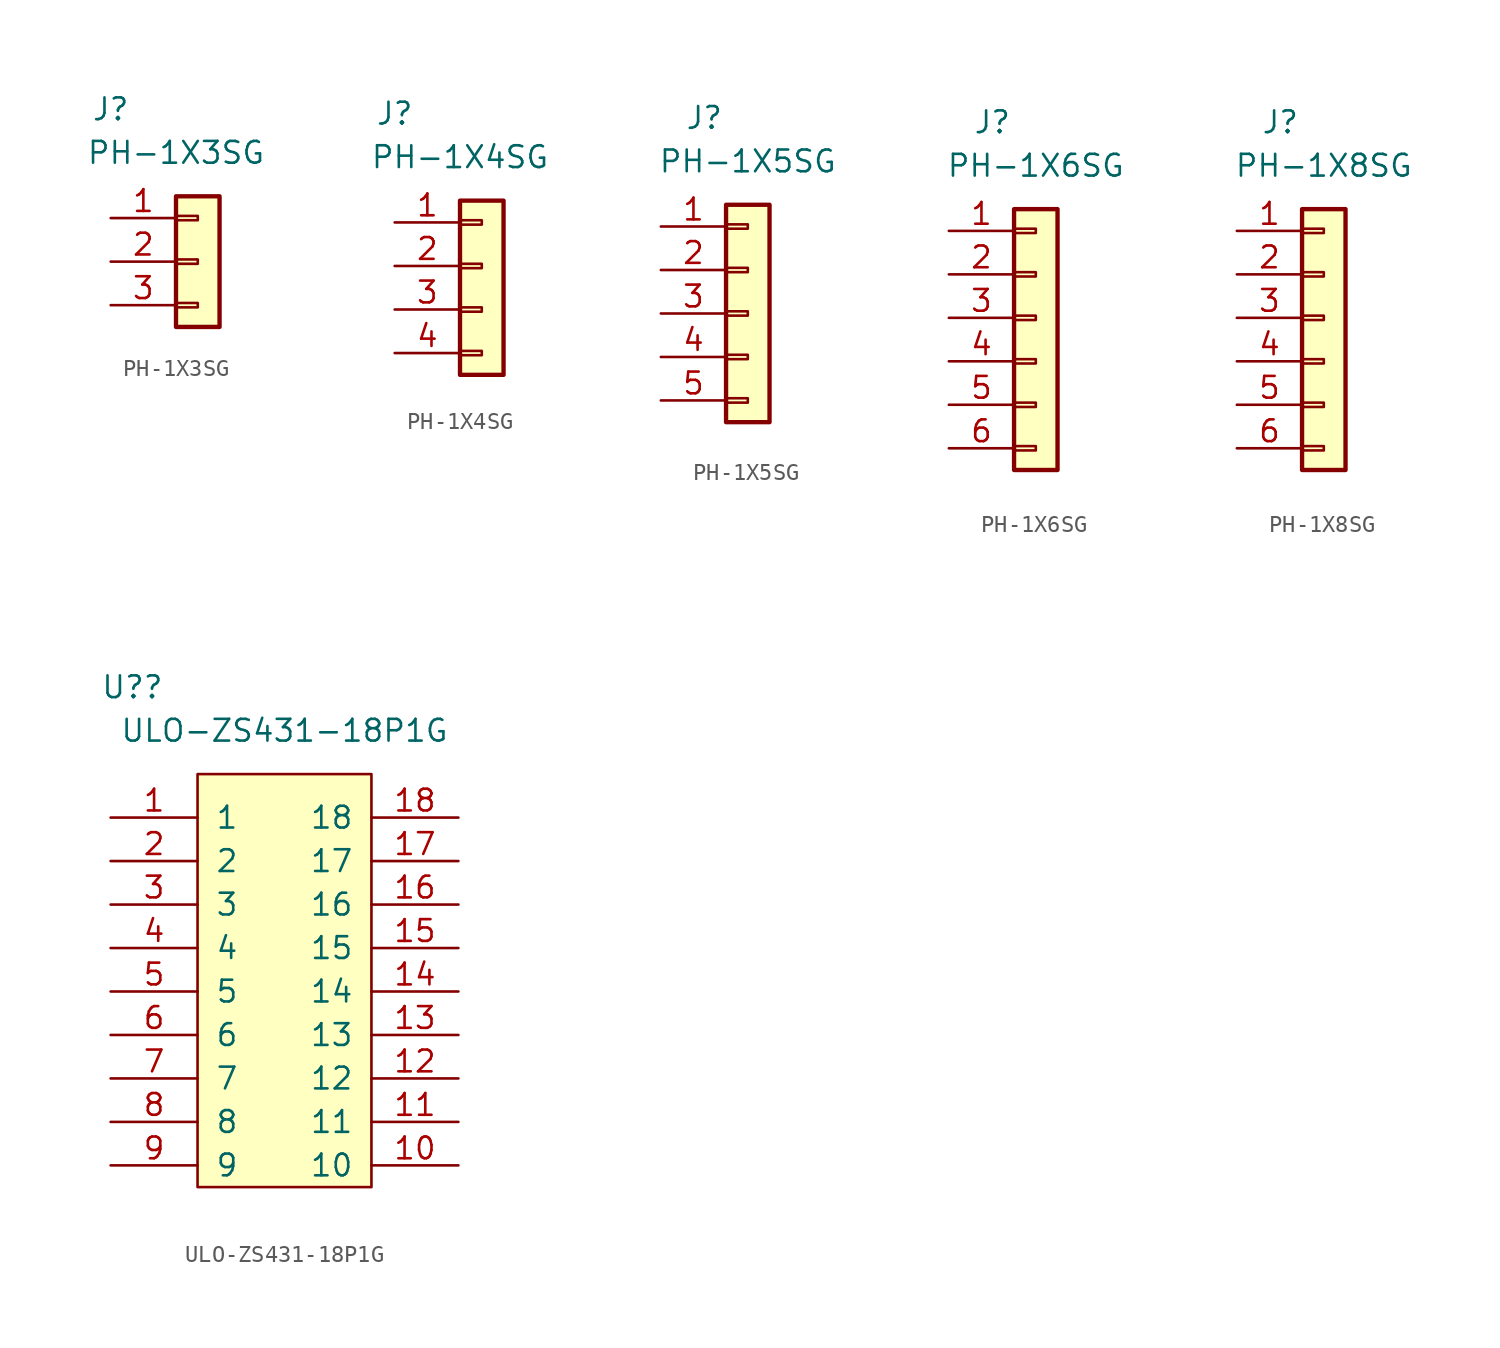
<source format=kicad_sym>
(kicad_symbol_lib
  (version 20211014)
  (generator kicad_symbol_editor)
  (symbol "PH-1X3SG"
    (pin_names
      (offset 1.016))
    (property "Reference" "J"
      (at -5.08 8.89 0)
      (effects (font (size 1.27 1.27))))
    (property "Value" "PH-1X3SG"
      (at -1.27 6.35 0)
      (effects (font (size 1.27 1.27))))
    (symbol "PH-1X3SG_1_1"
      (rectangle (start -1.27 -2.413) (end 0 -2.667) (stroke (width 0.152) (type default) (color 0 0 0 0)) (fill (type none)))
      (rectangle (start -1.27 0.127) (end 0 -0.127) (stroke (width 0.152) (type default) (color 0 0 0 0)) (fill (type none)))
      (rectangle (start -1.27 2.667) (end 0 2.413) (stroke (width 0.152) (type default) (color 0 0 0 0)) (fill (type none)))
      (rectangle (start -1.27 3.81) (end 1.27 -3.81) (stroke (width 0.254) (type default) (color 0 0 0 0)) (fill (type background)))
      (pin passive line (at -5.08 2.54 0) (length 3.81) (name "~" (effects (font (size 1.27 1.27)))) (number "1" (effects (font (size 1.27 1.27)))))
      (pin passive line (at -5.08 0 0) (length 3.81) (name "~" (effects (font (size 1.27 1.27)))) (number "2" (effects (font (size 1.27 1.27)))))
      (pin passive line (at -5.08 -2.54 0) (length 3.81) (name "~" (effects (font (size 1.27 1.27)))) (number "3" (effects (font (size 1.27 1.27)))))))
  (symbol "PH-1X4SG"
    (pin_names
      (offset 1.016))
    (property "Reference" "J"
      (at -5.08 10.16 0)
      (effects (font (size 1.27 1.27))))
    (property "Value" "PH-1X4SG"
      (at -1.27 7.62 0)
      (effects (font (size 1.27 1.27))))
    (symbol "PH-1X4SG_1_1"
      (rectangle (start -1.27 -3.683) (end 0 -3.937) (stroke (width 0.152) (type default) (color 0 0 0 0)) (fill (type none)))
      (rectangle (start -1.27 -1.143) (end 0 -1.397) (stroke (width 0.152) (type default) (color 0 0 0 0)) (fill (type none)))
      (rectangle (start -1.27 1.397) (end 0 1.143) (stroke (width 0.152) (type default) (color 0 0 0 0)) (fill (type none)))
      (rectangle (start -1.27 3.937) (end 0 3.683) (stroke (width 0.152) (type default) (color 0 0 0 0)) (fill (type none)))
      (rectangle (start -1.27 5.08) (end 1.27 -5.08) (stroke (width 0.254) (type default) (color 0 0 0 0)) (fill (type background)))
      (pin passive line (at -5.08 3.81 0) (length 3.81) (name "~" (effects (font (size 1.27 1.27)))) (number "1" (effects (font (size 1.27 1.27)))))
      (pin passive line (at -5.08 1.27 0) (length 3.81) (name "~" (effects (font (size 1.27 1.27)))) (number "2" (effects (font (size 1.27 1.27)))))
      (pin passive line (at -5.08 -1.27 0) (length 3.81) (name "~" (effects (font (size 1.27 1.27)))) (number "3" (effects (font (size 1.27 1.27)))))
      (pin passive line (at -5.08 -3.81 0) (length 3.81) (name "~" (effects (font (size 1.27 1.27)))) (number "4" (effects (font (size 1.27 1.27)))))))
  (symbol "PH-1X5SG"
    (pin_names
      (offset 1.016))
    (property "Reference" "J"
      (at -2.54 11.43 0)
      (effects (font (size 1.27 1.27))))
    (property "Value" "PH-1X5SG"
      (at 0 8.89 0)
      (effects (font (size 1.27 1.27))))
    (symbol "PH-1X5SG_1_1"
      (rectangle (start -1.27 -4.953) (end 0 -5.207) (stroke (width 0.152) (type default) (color 0 0 0 0)) (fill (type none)))
      (rectangle (start -1.27 -2.413) (end 0 -2.667) (stroke (width 0.152) (type default) (color 0 0 0 0)) (fill (type none)))
      (rectangle (start -1.27 0.127) (end 0 -0.127) (stroke (width 0.152) (type default) (color 0 0 0 0)) (fill (type none)))
      (rectangle (start -1.27 2.667) (end 0 2.413) (stroke (width 0.152) (type default) (color 0 0 0 0)) (fill (type none)))
      (rectangle (start -1.27 5.207) (end 0 4.953) (stroke (width 0.152) (type default) (color 0 0 0 0)) (fill (type none)))
      (rectangle (start -1.27 6.35) (end 1.27 -6.35) (stroke (width 0.254) (type default) (color 0 0 0 0)) (fill (type background)))
      (pin passive line (at -5.08 5.08 0) (length 3.81) (name "~" (effects (font (size 1.27 1.27)))) (number "1" (effects (font (size 1.27 1.27)))))
      (pin passive line (at -5.08 2.54 0) (length 3.81) (name "~" (effects (font (size 1.27 1.27)))) (number "2" (effects (font (size 1.27 1.27)))))
      (pin passive line (at -5.08 0 0) (length 3.81) (name "~" (effects (font (size 1.27 1.27)))) (number "3" (effects (font (size 1.27 1.27)))))
      (pin passive line (at -5.08 -2.54 0) (length 3.81) (name "~" (effects (font (size 1.27 1.27)))) (number "4" (effects (font (size 1.27 1.27)))))
      (pin passive line (at -5.08 -5.08 0) (length 3.81) (name "~" (effects (font (size 1.27 1.27)))) (number "5" (effects (font (size 1.27 1.27)))))))
  (symbol "PH-1X6SG"
    (pin_names
      (offset 1.016))
    (property "Reference" "J"
      (at -2.54 11.43 0)
      (effects (font (size 1.27 1.27))))
    (property "Value" "PH-1X6SG"
      (at 0 8.89 0)
      (effects (font (size 1.27 1.27))))
    (symbol "PH-1X6SG_1_1"
      (rectangle (start -1.27 -7.493) (end 0 -7.747) (stroke (width 0.152) (type default) (color 0 0 0 0)) (fill (type none)))
      (rectangle (start -1.27 -4.953) (end 0 -5.207) (stroke (width 0.152) (type default) (color 0 0 0 0)) (fill (type none)))
      (rectangle (start -1.27 -2.413) (end 0 -2.667) (stroke (width 0.152) (type default) (color 0 0 0 0)) (fill (type none)))
      (rectangle (start -1.27 0.127) (end 0 -0.127) (stroke (width 0.152) (type default) (color 0 0 0 0)) (fill (type none)))
      (rectangle (start -1.27 2.667) (end 0 2.413) (stroke (width 0.152) (type default) (color 0 0 0 0)) (fill (type none)))
      (rectangle (start -1.27 5.207) (end 0 4.953) (stroke (width 0.152) (type default) (color 0 0 0 0)) (fill (type none)))
      (rectangle (start -1.27 6.35) (end 1.27 -8.89) (stroke (width 0.254) (type default) (color 0 0 0 0)) (fill (type background)))
      (pin passive line (at -5.08 5.08 0) (length 3.81) (name "~" (effects (font (size 1.27 1.27)))) (number "1" (effects (font (size 1.27 1.27)))))
      (pin passive line (at -5.08 2.54 0) (length 3.81) (name "~" (effects (font (size 1.27 1.27)))) (number "2" (effects (font (size 1.27 1.27)))))
      (pin passive line (at -5.08 0 0) (length 3.81) (name "~" (effects (font (size 1.27 1.27)))) (number "3" (effects (font (size 1.27 1.27)))))
      (pin passive line (at -5.08 -2.54 0) (length 3.81) (name "~" (effects (font (size 1.27 1.27)))) (number "4" (effects (font (size 1.27 1.27)))))
      (pin passive line (at -5.08 -5.08 0) (length 3.81) (name "~" (effects (font (size 1.27 1.27)))) (number "5" (effects (font (size 1.27 1.27)))))
      (pin passive line (at -5.08 -7.62 0) (length 3.81) (name "~" (effects (font (size 1.27 1.27)))) (number "6" (effects (font (size 1.27 1.27)))))))
  (symbol "PH-1X8SG"
    (pin_names
      (offset 1.016))
    (property "Reference" "J"
      (at -2.54 11.43 0)
      (effects (font (size 1.27 1.27))))
    (property "Value" "PH-1X8SG"
      (at 0 8.89 0)
      (effects (font (size 1.27 1.27))))
    (symbol "PH-1X8SG_1_1"
      (rectangle (start -1.27 -7.493) (end 0 -7.747) (stroke (width 0.152) (type default) (color 0 0 0 0)) (fill (type none)))
      (rectangle (start -1.27 -4.953) (end 0 -5.207) (stroke (width 0.152) (type default) (color 0 0 0 0)) (fill (type none)))
      (rectangle (start -1.27 -2.413) (end 0 -2.667) (stroke (width 0.152) (type default) (color 0 0 0 0)) (fill (type none)))
      (rectangle (start -1.27 0.127) (end 0 -0.127) (stroke (width 0.152) (type default) (color 0 0 0 0)) (fill (type none)))
      (rectangle (start -1.27 2.667) (end 0 2.413) (stroke (width 0.152) (type default) (color 0 0 0 0)) (fill (type none)))
      (rectangle (start -1.27 5.207) (end 0 4.953) (stroke (width 0.152) (type default) (color 0 0 0 0)) (fill (type none)))
      (rectangle (start -1.27 6.35) (end 1.27 -8.89) (stroke (width 0.254) (type default) (color 0 0 0 0)) (fill (type background)))
      (pin passive line (at -5.08 5.08 0) (length 3.81) (name "~" (effects (font (size 1.27 1.27)))) (number "1" (effects (font (size 1.27 1.27)))))
      (pin passive line (at -5.08 2.54 0) (length 3.81) (name "~" (effects (font (size 1.27 1.27)))) (number "2" (effects (font (size 1.27 1.27)))))
      (pin passive line (at -5.08 0 0) (length 3.81) (name "~" (effects (font (size 1.27 1.27)))) (number "3" (effects (font (size 1.27 1.27)))))
      (pin passive line (at -5.08 -2.54 0) (length 3.81) (name "~" (effects (font (size 1.27 1.27)))) (number "4" (effects (font (size 1.27 1.27)))))
      (pin passive line (at -5.08 -5.08 0) (length 3.81) (name "~" (effects (font (size 1.27 1.27)))) (number "5" (effects (font (size 1.27 1.27)))))
      (pin passive line (at -5.08 -7.62 0) (length 3.81) (name "~" (effects (font (size 1.27 1.27)))) (number "6" (effects (font (size 1.27 1.27)))))))
  (symbol "ULO-ZS431-18P1G"
    (pin_names
      (offset 1.016))
    (property "Reference" "U?"
      (at -8.89 17.78 0)
      (effects (font (size 1.27 1.27))))
    (property "Value" "ULO-ZS431-18P1G"
      (at 0 15.24 0)
      (effects (font (size 1.27 1.27))))
    (symbol "ULO-ZS431-18P1G_0_1"
      (rectangle (start -5.08 12.7) (end 5.08 -11.43) (stroke (width 0) (type default) (color 0 0 0 0)) (fill (type background))))
    (symbol "ULO-ZS431-18P1G_1_1"
      (pin passive line (at -10.16 10.16 0) (length 5.08) (name "1" (effects (font (size 1.27 1.27)))) (number "1" (effects (font (size 1.27 1.27)))))
      (pin passive line (at 10.16 -10.16 180) (length 5.08) (name "10" (effects (font (size 1.27 1.27)))) (number "10" (effects (font (size 1.27 1.27)))))
      (pin passive line (at 10.16 -7.62 180) (length 5.08) (name "11" (effects (font (size 1.27 1.27)))) (number "11" (effects (font (size 1.27 1.27)))))
      (pin passive line (at 10.16 -5.08 180) (length 5.08) (name "12" (effects (font (size 1.27 1.27)))) (number "12" (effects (font (size 1.27 1.27)))))
      (pin passive line (at 10.16 -2.54 180) (length 5.08) (name "13" (effects (font (size 1.27 1.27)))) (number "13" (effects (font (size 1.27 1.27)))))
      (pin passive line (at 10.16 0 180) (length 5.08) (name "14" (effects (font (size 1.27 1.27)))) (number "14" (effects (font (size 1.27 1.27)))))
      (pin passive line (at 10.16 2.54 180) (length 5.08) (name "15" (effects (font (size 1.27 1.27)))) (number "15" (effects (font (size 1.27 1.27)))))
      (pin passive line (at 10.16 5.08 180) (length 5.08) (name "16" (effects (font (size 1.27 1.27)))) (number "16" (effects (font (size 1.27 1.27)))))
      (pin passive line (at 10.16 7.62 180) (length 5.08) (name "17" (effects (font (size 1.27 1.27)))) (number "17" (effects (font (size 1.27 1.27)))))
      (pin passive line (at 10.16 10.16 180) (length 5.08) (name "18" (effects (font (size 1.27 1.27)))) (number "18" (effects (font (size 1.27 1.27)))))
      (pin passive line (at -10.16 7.62 0) (length 5.08) (name "2" (effects (font (size 1.27 1.27)))) (number "2" (effects (font (size 1.27 1.27)))))
      (pin passive line (at -10.16 5.08 0) (length 5.08) (name "3" (effects (font (size 1.27 1.27)))) (number "3" (effects (font (size 1.27 1.27)))))
      (pin passive line (at -10.16 2.54 0) (length 5.08) (name "4" (effects (font (size 1.27 1.27)))) (number "4" (effects (font (size 1.27 1.27)))))
      (pin passive line (at -10.16 0 0) (length 5.08) (name "5" (effects (font (size 1.27 1.27)))) (number "5" (effects (font (size 1.27 1.27)))))
      (pin passive line (at -10.16 -2.54 0) (length 5.08) (name "6" (effects (font (size 1.27 1.27)))) (number "6" (effects (font (size 1.27 1.27)))))
      (pin passive line (at -10.16 -5.08 0) (length 5.08) (name "7" (effects (font (size 1.27 1.27)))) (number "7" (effects (font (size 1.27 1.27)))))
      (pin passive line (at -10.16 -7.62 0) (length 5.08) (name "8" (effects (font (size 1.27 1.27)))) (number "8" (effects (font (size 1.27 1.27)))))
      (pin passive line (at -10.16 -10.16 0) (length 5.08) (name "9" (effects (font (size 1.27 1.27)))) (number "9" (effects (font (size 1.27 1.27))))))))
</source>
